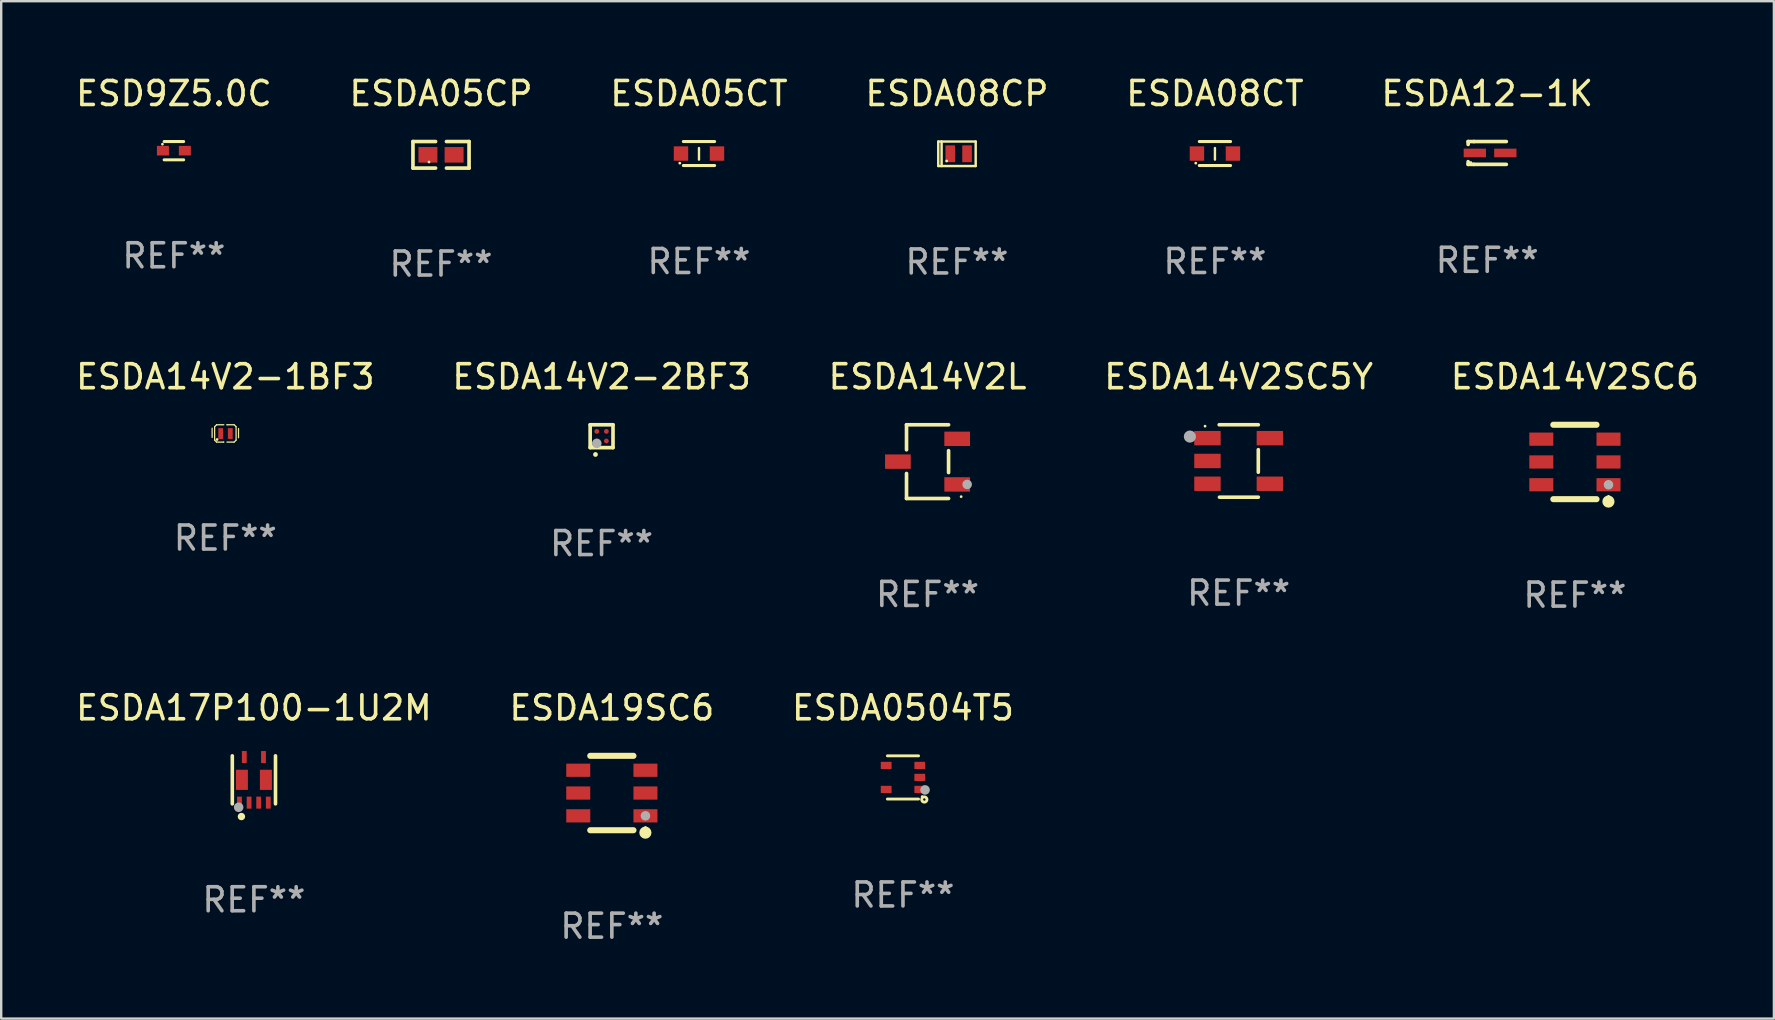
<source format=kicad_pcb>
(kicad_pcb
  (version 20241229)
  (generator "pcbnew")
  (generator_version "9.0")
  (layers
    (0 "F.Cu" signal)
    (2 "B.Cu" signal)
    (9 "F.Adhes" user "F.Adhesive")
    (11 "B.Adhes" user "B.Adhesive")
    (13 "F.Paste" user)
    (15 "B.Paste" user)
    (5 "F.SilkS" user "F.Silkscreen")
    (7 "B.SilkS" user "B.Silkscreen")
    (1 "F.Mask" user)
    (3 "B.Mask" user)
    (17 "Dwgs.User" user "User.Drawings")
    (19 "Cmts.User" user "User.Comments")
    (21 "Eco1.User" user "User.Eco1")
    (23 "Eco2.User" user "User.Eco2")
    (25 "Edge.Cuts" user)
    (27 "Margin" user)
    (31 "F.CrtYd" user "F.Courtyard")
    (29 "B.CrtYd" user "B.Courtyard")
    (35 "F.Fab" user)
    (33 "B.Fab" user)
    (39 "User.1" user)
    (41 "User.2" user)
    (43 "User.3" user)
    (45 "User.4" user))
  (footprint "ESD9Z5.0C"
    (layer "F.Cu")
    (at 4.196 3.229)
    (property "Reference" "ESD9Z5.0C" (at 0 -2.381 0) (layer "F.SilkS") (effects (font (size 1 1) (thickness 0.15))))
    (attr through_hole)
    (fp_line (start -0.406 -0.381) (end 0.406 -0.381) (stroke (width 0.127) (type solid)) (layer "F.SilkS"))
    (fp_line (start 0.406 0.381) (end -0.406 0.381) (stroke (width 0.127) (type solid)) (layer "F.SilkS"))
    (fp_circle (center -0.477 -0.27) (end -0.447 -0.27) (stroke (width 0.06) (type solid)) (fill no) (layer "F.SilkS"))
    (fp_text user "REF**" (at 0 4.381 0) (layer "F.Fab") (effects (font (size 1 1) (thickness 0.15))))
    (pad "1" smd rect (at -0.457 0 90) (size 0.4 0.5) (layers "F.Cu" "F.Mask" "F.Paste"))
    (pad "2" smd rect (at 0.457 0 90) (size 0.4 0.5) (layers "F.Cu" "F.Mask" "F.Paste")))
  (footprint "ESDA14V2-1BF3"
    (layer "F.Cu")
    (at 6.339 15.011)
    (property "Reference" "ESDA14V2-1BF3" (at 0 -2.361 0) (layer "F.SilkS") (effects (font (size 1 1) (thickness 0.15))))
    (attr through_hole)
    (fp_line (start -0.55 -0.218) (end -0.55 0.167) (stroke (width 0.051) (type solid)) (layer "F.SilkS"))
    (fp_line (start -0.445 -0.28) (end -0.445 0.281) (stroke (width 0.051) (type solid)) (layer "F.SilkS"))
    (fp_line (start -0.445 0.281) (end -0.365 0.361) (stroke (width 0.051) (type solid)) (layer "F.SilkS"))
    (fp_line (start -0.365 0.361) (end -0.068 0.361) (stroke (width 0.051) (type solid)) (layer "F.SilkS"))
    (fp_line (start -0.364 -0.361) (end -0.445 -0.28) (stroke (width 0.051) (type solid)) (layer "F.SilkS"))
    (fp_line (start -0.068 0.361) (end -0.067 0.36) (stroke (width 0.051) (type solid)) (layer "F.SilkS"))
    (fp_line (start -0.063 -0.361) (end -0.364 -0.361) (stroke (width 0.051) (type solid)) (layer "F.SilkS"))
    (fp_line (start 0.067 0.361) (end 0.368 0.361) (stroke (width 0.051) (type solid)) (layer "F.SilkS"))
    (fp_line (start 0.072 -0.361) (end 0.07 -0.36) (stroke (width 0.051) (type solid)) (layer "F.SilkS"))
    (fp_line (start 0.368 0.361) (end 0.449 0.28) (stroke (width 0.051) (type solid)) (layer "F.SilkS"))
    (fp_line (start 0.369 -0.361) (end 0.072 -0.361) (stroke (width 0.051) (type solid)) (layer "F.SilkS"))
    (fp_line (start 0.449 -0.281) (end 0.369 -0.361) (stroke (width 0.051) (type solid)) (layer "F.SilkS"))
    (fp_line (start 0.449 0.28) (end 0.449 -0.281) (stroke (width 0.051) (type solid)) (layer "F.SilkS"))
    (fp_line (start 0.55 -0.205) (end 0.55 0.18) (stroke (width 0.051) (type solid)) (layer "F.SilkS"))
    (fp_circle (center -0.343 0.254) (end -0.313 0.254) (stroke (width 0.06) (type solid)) (fill no) (layer "F.SilkS"))
    (fp_text user "REF**" (at 0 4.361 0) (layer "F.Fab") (effects (font (size 1 1) (thickness 0.15))))
    (pad "1" smd rect (at -0.193 0.004) (size 0.2 0.45) (layers "F.Cu" "F.Mask" "F.Paste"))
    (pad "2" smd rect (at 0.207 0.004) (size 0.2 0.45) (layers "F.Cu" "F.Mask" "F.Paste")))
  (footprint "ESDA08CT"
    (layer "F.Cu")
    (at 47.577 3.348)
    (property "Reference" "ESDA08CT" (at 0 -2.5 0) (layer "F.SilkS") (effects (font (size 1 1) (thickness 0.15))))
    (attr through_hole)
    (fp_line (start -0.65 -0.5) (end 0.65 -0.5) (stroke (width 0.13) (type solid)) (layer "F.SilkS"))
    (fp_line (start -0.65 0.5) (end 0.65 0.5) (stroke (width 0.13) (type solid)) (layer "F.SilkS"))
    (fp_line (start 0 -0.229) (end 0 0.254) (stroke (width 0.1) (type solid)) (layer "F.SilkS"))
    (fp_circle (center -0.8 0.4) (end -0.77 0.4) (stroke (width 0.06) (type solid)) (fill no) (layer "F.SilkS"))
    (fp_text user "REF**" (at 0 4.5 0) (layer "F.Fab") (effects (font (size 1 1) (thickness 0.15))))
    (pad "1" smd rect (at -0.75 0) (size 0.6 0.6) (layers "F.Cu" "F.Mask" "F.Paste"))
    (pad "2" smd rect (at 0.75 0 180) (size 0.6 0.6) (layers "F.Cu" "F.Mask" "F.Paste")))
  (footprint "ESDA14V2SC5Y"
    (layer "F.Cu")
    (at 48.565 16.159)
    (property "Reference" "ESDA14V2SC5Y" (at 0 -3.509 0) (layer "F.SilkS") (effects (font (size 1 1) (thickness 0.15))))
    (attr through_hole)
    (fp_line (start -0.811 -1.509) (end 0.819 -1.509) (stroke (width 0.15) (type solid)) (layer "F.SilkS"))
    (fp_line (start -0.8 1.509) (end 0.82 1.509) (stroke (width 0.15) (type solid)) (layer "F.SilkS"))
    (fp_line (start 0.819 -0.472) (end 0.819 0.47) (stroke (width 0.15) (type solid)) (layer "F.SilkS"))
    (fp_circle (center -1.4 -1.451) (end -1.37 -1.451) (stroke (width 0.06) (type solid)) (fill no) (layer "F.SilkS"))
    (fp_circle (center -2.032 -1.017) (end -1.905 -1.017) (stroke (width 0.254) (type solid)) (fill no) (layer "F.Fab"))
    (fp_text user "REF**" (at 0 5.509 0) (layer "F.Fab") (effects (font (size 1 1) (thickness 0.15))))
    (pad "1" smd rect (at -1.3 -0.951) (size 1.1 0.6) (layers "F.Cu" "F.Mask" "F.Paste"))
    (pad "2" smd rect (at -1.3 -0.001) (size 1.1 0.6) (layers "F.Cu" "F.Mask" "F.Paste"))
    (pad "3" smd rect (at -1.3 0.949) (size 1.1 0.6) (layers "F.Cu" "F.Mask" "F.Paste"))
    (pad "4" smd rect (at 1.3 0.949) (size 1.1 0.6) (layers "F.Cu" "F.Mask" "F.Paste"))
    (pad "5" smd rect (at 1.3 -0.951) (size 1.1 0.6) (layers "F.Cu" "F.Mask" "F.Paste")))
  (footprint "ESDA0504T5"
    (layer "F.Cu")
    (at 34.577 29.346)
    (property "Reference" "ESDA0504T5" (at 0 -2.9 0) (layer "F.SilkS") (effects (font (size 1 1) (thickness 0.15))))
    (attr through_hole)
    (fp_line (start -0.65 -0.9) (end 0.65 -0.9) (stroke (width 0.12) (type solid)) (layer "F.SilkS"))
    (fp_line (start -0.65 0.9) (end 0.65 0.9) (stroke (width 0.12) (type solid)) (layer "F.SilkS"))
    (fp_circle (center 0.8 0.8) (end 0.83 0.8) (stroke (width 0.06) (type solid)) (fill no) (layer "F.SilkS"))
    (fp_circle (center 0.89 0.92) (end 0.94 0.92) (stroke (width 0.12) (type solid)) (fill no) (layer "F.SilkS"))
    (fp_circle (center 0.92 0.52) (end 1.02 0.52) (stroke (width 0.2) (type solid)) (fill no) (layer "F.Fab"))
    (fp_text user "REF**" (at 0 4.9 0) (layer "F.Fab") (effects (font (size 1 1) (thickness 0.15))))
    (pad "1" smd rect (at 0.7 0.5) (size 0.45 0.3) (layers "F.Cu" "F.Mask" "F.Paste"))
    (pad "2" smd rect (at 0.7 -0.000356) (size 0.45 0.3) (layers "F.Cu" "F.Mask" "F.Paste"))
    (pad "3" smd rect (at 0.7 -0.5) (size 0.45 0.3) (layers "F.Cu" "F.Mask" "F.Paste"))
    (pad "4" smd rect (at -0.7 -0.5) (size 0.45 0.3) (layers "F.Cu" "F.Mask" "F.Paste"))
    (pad "5" smd rect (at -0.7 0.5) (size 0.45 0.3) (layers "F.Cu" "F.Mask" "F.Paste")))
  (footprint "ESDA05CT"
    (layer "F.Cu")
    (at 26.077 3.348)
    (property "Reference" "ESDA05CT" (at 0 -2.5 0) (layer "F.SilkS") (effects (font (size 1 1) (thickness 0.15))))
    (attr through_hole)
    (fp_line (start -0.65 -0.5) (end 0.65 -0.5) (stroke (width 0.13) (type solid)) (layer "F.SilkS"))
    (fp_line (start -0.65 0.5) (end 0.65 0.5) (stroke (width 0.13) (type solid)) (layer "F.SilkS"))
    (fp_line (start 0 -0.229) (end 0 0.254) (stroke (width 0.1) (type solid)) (layer "F.SilkS"))
    (fp_circle (center -0.8 0.4) (end -0.77 0.4) (stroke (width 0.06) (type solid)) (fill no) (layer "F.SilkS"))
    (fp_text user "REF**" (at 0 4.5 0) (layer "F.Fab") (effects (font (size 1 1) (thickness 0.15))))
    (pad "1" smd rect (at -0.75 0) (size 0.6 0.6) (layers "F.Cu" "F.Mask" "F.Paste"))
    (pad "2" smd rect (at 0.75 0 180) (size 0.6 0.6) (layers "F.Cu" "F.Mask" "F.Paste")))
  (footprint "ESDA05CP"
    (layer "F.Cu")
    (at 15.327 3.401)
    (property "Reference" "ESDA05CP" (at 0 -2.553 0) (layer "F.SilkS") (effects (font (size 1 1) (thickness 0.15))))
    (attr through_hole)
    (fp_line (start -1.169 -0.553) (end -0.226 -0.553) (stroke (width 0.152) (type solid)) (layer "F.SilkS"))
    (fp_line (start -1.169 0.553) (end -1.169 -0.553) (stroke (width 0.152) (type solid)) (layer "F.SilkS"))
    (fp_line (start -0.226 0.553) (end -1.169 0.553) (stroke (width 0.152) (type solid)) (layer "F.SilkS"))
    (fp_line (start 0.226 0.553) (end 1.169 0.553) (stroke (width 0.152) (type solid)) (layer "F.SilkS"))
    (fp_line (start 1.169 -0.553) (end 0.226 -0.553) (stroke (width 0.152) (type solid)) (layer "F.SilkS"))
    (fp_line (start 1.169 0.553) (end 1.169 -0.553) (stroke (width 0.152) (type solid)) (layer "F.SilkS"))
    (fp_circle (center -0.5 0.3) (end -0.47 0.3) (stroke (width 0.06) (type solid)) (fill no) (layer "F.SilkS"))
    (fp_text user "REF**" (at 0 4.553 0) (layer "F.Fab") (effects (font (size 1 1) (thickness 0.15))))
    (pad "1" smd rect (at -0.545 0) (size 0.79 0.648) (layers "F.Cu" "F.Mask" "F.Paste"))
    (pad "2" smd rect (at 0.545 0) (size 0.79 0.648) (layers "F.Cu" "F.Mask" "F.Paste")))
  (footprint "ESDA17P100-1U2M"
    (layer "F.Cu")
    (at 7.53 29.446)
    (property "Reference" "ESDA17P100-1U2M" (at 0 -3 0) (layer "F.SilkS") (effects (font (size 1 1) (thickness 0.15))))
    (attr through_hole)
    (fp_line (start -0.9 1) (end -0.9 -1) (stroke (width 0.15) (type solid)) (layer "F.SilkS"))
    (fp_line (start 0.9 1) (end 0.9 -1) (stroke (width 0.15) (type solid)) (layer "F.SilkS"))
    (fp_circle (center -0.9 1) (end -0.87 1) (stroke (width 0.06) (type solid)) (fill no) (layer "F.SilkS"))
    (fp_circle (center -0.52 1.53) (end -0.44 1.53) (stroke (width 0.15) (type solid)) (fill no) (layer "F.SilkS"))
    (fp_circle (center -0.635 1.143) (end -0.535 1.143) (stroke (width 0.2) (type solid)) (fill no) (layer "F.Fab"))
    (fp_text user "REF**" (at 0 5 0) (layer "F.Fab") (effects (font (size 1 1) (thickness 0.15))))
    (pad "1" smd rect (at -0.6 0.95) (size 0.2 0.5) (layers "F.Cu" "F.Mask" "F.Paste"))
    (pad "2" smd rect (at -0.2 0.95) (size 0.2 0.5) (layers "F.Cu" "F.Mask" "F.Paste"))
    (pad "3" smd rect (at 0.2 0.95) (size 0.2 0.5) (layers "F.Cu" "F.Mask" "F.Paste"))
    (pad "4" smd rect (at 0.6 0.95) (size 0.2 0.5) (layers "F.Cu" "F.Mask" "F.Paste"))
    (pad "5" smd rect (at 0.4 -0.95) (size 0.2 0.5) (layers "F.Cu" "F.Mask" "F.Paste"))
    (pad "6" smd rect (at -0.4 -0.95) (size 0.2 0.5) (layers "F.Cu" "F.Mask" "F.Paste"))
    (pad "7" smd rect (at -0.5 0.000051) (size 0.5 0.84) (layers "F.Cu" "F.Mask" "F.Paste"))
    (pad "7" smd rect (at 0.5 0.000051) (size 0.5 0.84) (layers "F.Cu" "F.Mask" "F.Paste")))
  (footprint "ESDA14V2SC6"
    (layer "F.Cu")
    (at 62.577 16.2)
    (property "Reference" "ESDA14V2SC6" (at 0 -3.55 0) (layer "F.SilkS") (effects (font (size 1 1) (thickness 0.15))))
    (attr through_hole)
    (fp_line (start -0.9 -1.55) (end 0.9 -1.55) (stroke (width 0.254) (type solid)) (layer "F.SilkS"))
    (fp_line (start -0.9 1.55) (end 0.9 1.55) (stroke (width 0.254) (type solid)) (layer "F.SilkS"))
    (fp_circle (center 1.397 1.651) (end 1.524 1.651) (stroke (width 0.254) (type solid)) (fill no) (layer "F.SilkS"))
    (fp_circle (center 1.4 1.435) (end 1.43 1.435) (stroke (width 0.06) (type solid)) (fill no) (layer "F.SilkS"))
    (fp_circle (center 1.4 0.95) (end 1.5 0.95) (stroke (width 0.2) (type solid)) (fill no) (layer "F.Fab"))
    (fp_text user "REF**" (at 0 5.55 0) (layer "F.Fab") (effects (font (size 1 1) (thickness 0.15))))
    (pad "1" smd rect (at 1.4 0.95) (size 1 0.55) (layers "F.Cu" "F.Mask" "F.Paste"))
    (pad "2" smd rect (at 1.4 -0.000102) (size 1 0.55) (layers "F.Cu" "F.Mask" "F.Paste"))
    (pad "3" smd rect (at 1.4 -0.95) (size 1 0.55) (layers "F.Cu" "F.Mask" "F.Paste"))
    (pad "4" smd rect (at -1.4 -0.95) (size 1 0.55) (layers "F.Cu" "F.Mask" "F.Paste"))
    (pad "5" smd rect (at -1.4 -0.000102) (size 1 0.55) (layers "F.Cu" "F.Mask" "F.Paste"))
    (pad "6" smd rect (at -1.4 0.95) (size 1 0.55) (layers "F.Cu" "F.Mask" "F.Paste")))
  (footprint "ESDA19SC6"
    (layer "F.Cu")
    (at 22.446 29.996)
    (property "Reference" "ESDA19SC6" (at 0 -3.55 0) (layer "F.SilkS") (effects (font (size 1 1) (thickness 0.15))))
    (attr through_hole)
    (fp_line (start -0.9 -1.55) (end 0.9 -1.55) (stroke (width 0.254) (type solid)) (layer "F.SilkS"))
    (fp_line (start -0.9 1.55) (end 0.9 1.55) (stroke (width 0.254) (type solid)) (layer "F.SilkS"))
    (fp_circle (center 1.397 1.651) (end 1.524 1.651) (stroke (width 0.254) (type solid)) (fill no) (layer "F.SilkS"))
    (fp_circle (center 1.4 1.435) (end 1.43 1.435) (stroke (width 0.06) (type solid)) (fill no) (layer "F.SilkS"))
    (fp_circle (center 1.4 0.95) (end 1.5 0.95) (stroke (width 0.2) (type solid)) (fill no) (layer "F.Fab"))
    (fp_text user "REF**" (at 0 5.55 0) (layer "F.Fab") (effects (font (size 1 1) (thickness 0.15))))
    (pad "1" smd rect (at 1.4 0.95) (size 1 0.55) (layers "F.Cu" "F.Mask" "F.Paste"))
    (pad "2" smd rect (at 1.4 -0.000102) (size 1 0.55) (layers "F.Cu" "F.Mask" "F.Paste"))
    (pad "3" smd rect (at 1.4 -0.95) (size 1 0.55) (layers "F.Cu" "F.Mask" "F.Paste"))
    (pad "4" smd rect (at -1.4 -0.95) (size 1 0.55) (layers "F.Cu" "F.Mask" "F.Paste"))
    (pad "5" smd rect (at -1.4 -0.000102) (size 1 0.55) (layers "F.Cu" "F.Mask" "F.Paste"))
    (pad "6" smd rect (at -1.4 0.95) (size 1 0.55) (layers "F.Cu" "F.Mask" "F.Paste")))
  (footprint "ESDA14V2-2BF3"
    (layer "F.Cu")
    (at 22.018 15.126)
    (property "Reference" "ESDA14V2-2BF3" (at 0 -2.476 0) (layer "F.SilkS") (effects (font (size 1 1) (thickness 0.15))))
    (attr through_hole)
    (fp_line (start -0.476 -0.476) (end 0.476 -0.476) (stroke (width 0.152) (type solid)) (layer "F.SilkS"))
    (fp_line (start -0.476 0.476) (end -0.476 -0.476) (stroke (width 0.152) (type solid)) (layer "F.SilkS"))
    (fp_line (start 0.476 -0.476) (end 0.476 0.476) (stroke (width 0.152) (type solid)) (layer "F.SilkS"))
    (fp_line (start 0.476 0.476) (end -0.476 0.476) (stroke (width 0.152) (type solid)) (layer "F.SilkS"))
    (fp_circle (center -0.4 0.4) (end -0.37 0.4) (stroke (width 0.06) (type solid)) (fill no) (layer "F.SilkS"))
    (fp_circle (center -0.254 0.762) (end -0.204 0.762) (stroke (width 0.1) (type solid)) (fill no) (layer "F.SilkS"))
    (fp_circle (center -0.2 0.3) (end -0.1 0.3) (stroke (width 0.2) (type solid)) (fill no) (layer "F.Fab"))
    (fp_text user "REF**" (at 0 4.476 0) (layer "F.Fab") (effects (font (size 1 1) (thickness 0.15))))
    (pad "A1" smd circle (at -0.2 0.2) (size 0.2 0.2) (layers "F.Cu" "F.Mask" "F.Paste"))
    (pad "A2" smd circle (at -0.2 -0.2) (size 0.2 0.2) (layers "F.Cu" "F.Mask" "F.Paste"))
    (pad "B1" smd circle (at 0.2 0.2) (size 0.2 0.2) (layers "F.Cu" "F.Mask" "F.Paste"))
    (pad "B2" smd circle (at 0.2 -0.2) (size 0.2 0.2) (layers "F.Cu" "F.Mask" "F.Paste")))
  (footprint "ESDA14V2L"
    (layer "F.Cu")
    (at 35.601 16.186)
    (property "Reference" "ESDA14V2L" (at 0 -3.536 0) (layer "F.SilkS") (effects (font (size 1 1) (thickness 0.15))))
    (attr through_hole)
    (fp_line (start -0.876 -1.536) (end -0.876 -0.495) (stroke (width 0.152) (type solid)) (layer "F.SilkS"))
    (fp_line (start -0.876 1.536) (end -0.876 0.495) (stroke (width 0.152) (type solid)) (layer "F.SilkS"))
    (fp_line (start 0.876 -1.536) (end -0.876 -1.536) (stroke (width 0.152) (type solid)) (layer "F.SilkS"))
    (fp_line (start 0.876 -0.455) (end 0.876 0.455) (stroke (width 0.152) (type solid)) (layer "F.SilkS"))
    (fp_line (start 0.876 1.536) (end -0.876 1.536) (stroke (width 0.152) (type solid)) (layer "F.SilkS"))
    (fp_circle (center 1.4 1.46) (end 1.43 1.46) (stroke (width 0.06) (type solid)) (fill no) (layer "F.SilkS"))
    (fp_circle (center 1.651 0.95) (end 1.751 0.95) (stroke (width 0.2) (type solid)) (fill no) (layer "F.Fab"))
    (fp_text user "REF**" (at 0 5.536 0) (layer "F.Fab") (effects (font (size 1 1) (thickness 0.15))))
    (pad "1" smd rect (at 1.235 0.95) (size 1.07 0.6) (layers "F.Cu" "F.Mask" "F.Paste"))
    (pad "2" smd rect (at 1.235 -0.95) (size 1.07 0.6) (layers "F.Cu" "F.Mask" "F.Paste"))
    (pad "3" smd rect (at -1.235 0) (size 1.07 0.6) (layers "F.Cu" "F.Mask" "F.Paste")))
  (footprint "ESDA08CP"
    (layer "F.Cu")
    (at 36.827 3.358)
    (property "Reference" "ESDA08CP" (at 0 -2.51 0) (layer "F.SilkS") (effects (font (size 1 1) (thickness 0.15))))
    (attr through_hole)
    (fp_line (start -0.78 -0.51) (end -0.78 0.51) (stroke (width 0.102) (type solid)) (layer "F.SilkS"))
    (fp_line (start -0.78 -0.51) (end 0.78 -0.51) (stroke (width 0.102) (type solid)) (layer "F.SilkS"))
    (fp_line (start -0.78 0.51) (end 0.78 0.51) (stroke (width 0.102) (type solid)) (layer "F.SilkS"))
    (fp_line (start -0.64 -0.51) (end -0.64 0.51) (stroke (width 0.102) (type solid)) (layer "F.SilkS"))
    (fp_line (start 0.78 -0.51) (end 0.78 0.51) (stroke (width 0.102) (type solid)) (layer "F.SilkS"))
    (fp_circle (center -0.43 0.3) (end -0.4 0.3) (stroke (width 0.06) (type solid)) (fill no) (layer "F.SilkS"))
    (fp_text user "REF**" (at 0 4.51 0) (layer "F.Fab") (effects (font (size 1 1) (thickness 0.15))))
    (pad "1" smd rect (at -0.28 0) (size 0.4 0.7) (layers "F.Cu" "F.Mask" "F.Paste"))
    (pad "2" smd rect (at 0.42 0) (size 0.4 0.7) (layers "F.Cu" "F.Mask" "F.Paste")))
  (footprint "ESDA12-1K"
    (layer "F.Cu")
    (at 58.923 3.324)
    (property "Reference" "ESDA12-1K" (at 0 -2.476 0) (layer "F.SilkS") (effects (font (size 1 1) (thickness 0.15))))
    (attr through_hole)
    (fp_line (start -0.795 -0.476) (end -0.795 -0.356) (stroke (width 0.152) (type solid)) (layer "F.SilkS"))
    (fp_line (start -0.795 0.363) (end -0.795 0.476) (stroke (width 0.152) (type solid)) (layer "F.SilkS"))
    (fp_line (start -0.795 0.476) (end -0.557 0.476) (stroke (width 0.152) (type solid)) (layer "F.SilkS"))
    (fp_line (start -0.557 -0.476) (end -0.795 -0.476) (stroke (width 0.152) (type solid)) (layer "F.SilkS"))
    (fp_line (start -0.557 -0.476) (end 0.795 -0.476) (stroke (width 0.152) (type solid)) (layer "F.SilkS"))
    (fp_line (start -0.557 0.476) (end 0.795 0.476) (stroke (width 0.152) (type solid)) (layer "F.SilkS"))
    (fp_circle (center -0.681 0.4) (end -0.651 0.4) (stroke (width 0.06) (type solid)) (fill no) (layer "F.SilkS"))
    (fp_text user "REF**" (at 0 4.476 0) (layer "F.Fab") (effects (font (size 1 1) (thickness 0.15))))
    (pad "1" smd rect (at -0.516 0 180) (size 0.93 0.36) (layers "F.Cu" "F.Mask" "F.Paste"))
    (pad "2" smd rect (at 0.754 0 180) (size 0.93 0.36) (layers "F.Cu" "F.Mask" "F.Paste")))
  (gr_rect
    (start -3 -3)
    (end 70.869 39.395)
    (stroke (width 0.1) (type default))
    (fill no)
    (layer "Edge.Cuts")))
</source>
